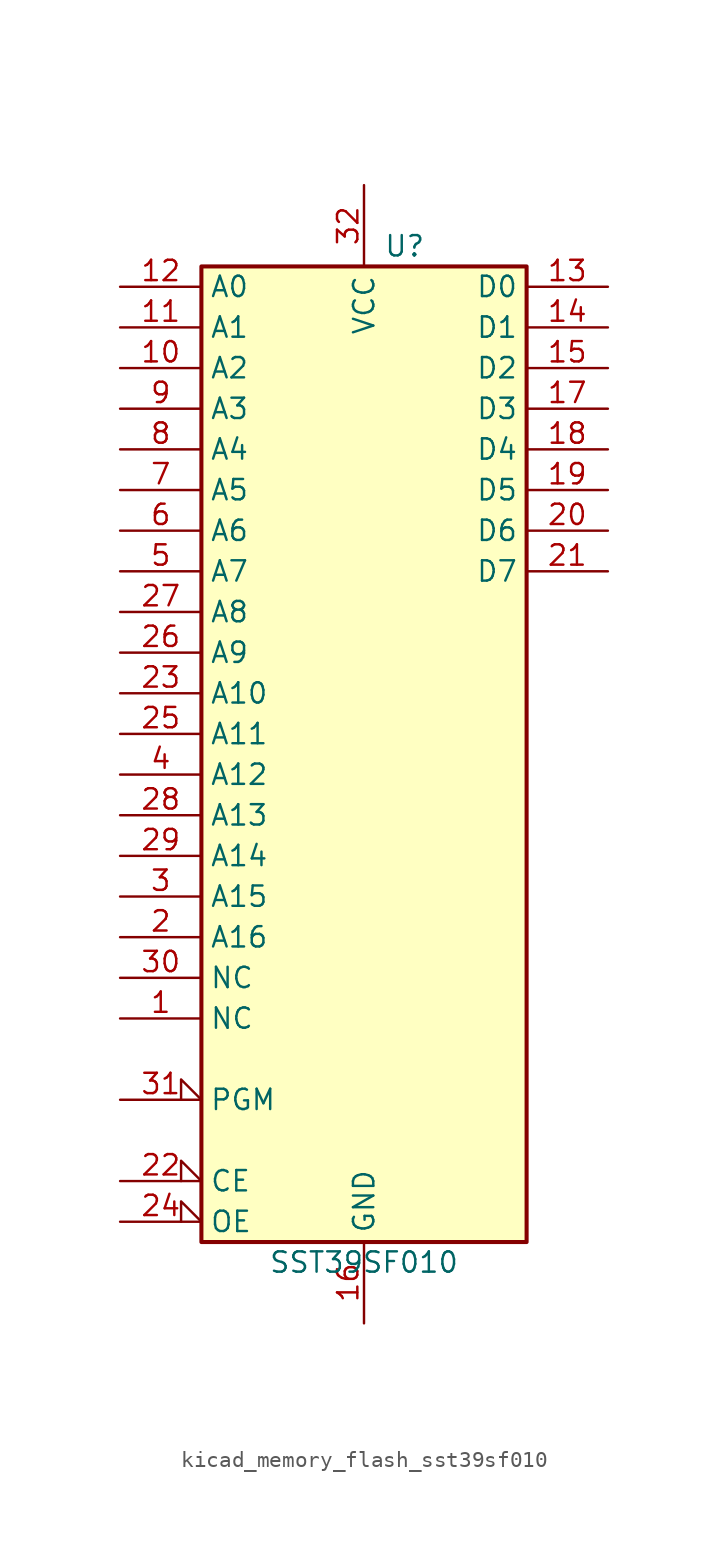
<source format=kicad_sym>
(kicad_symbol_lib
  (version 20220914)
  (generator kicad_symbol_editor)
  (symbol "kicad_memory_flash_sst39sf010"
    (property "Reference" "U"
      (at 2.54 33.02 0)
      (effects (font (size 1.27 1.27))))
    (property "Value" "SST39SF010"
      (at 0 -30.48 0)
      (effects (font (size 1.27 1.27))))
    (symbol "kicad_memory_flash_sst39sf010_0_0"
      (pin power_in line (at 0 -34.29 90) (length 5.08) (name "GND" (effects (font (size 1.27 1.27)))) (number "16" (effects (font (size 1.27 1.27)))))
      (pin power_in line (at 0 36.83 270) (length 5.08) (name "VCC" (effects (font (size 1.27 1.27)))) (number "32" (effects (font (size 1.27 1.27))))))
    (symbol "kicad_memory_flash_sst39sf010_0_1"
      (rectangle (start -10.16 31.75) (end 10.16 -29.21) (stroke (width 0.254) (type default)) (fill (type background))))
    (symbol "kicad_memory_flash_sst39sf010_1_1"
      (pin input line (at -15.24 -15.24 0) (length 5.08) (name "NC" (effects (font (size 1.27 1.27)))) (number "1" (effects (font (size 1.27 1.27)))))
      (pin input line (at -15.24 25.4 0) (length 5.08) (name "A2" (effects (font (size 1.27 1.27)))) (number "10" (effects (font (size 1.27 1.27)))))
      (pin input line (at -15.24 27.94 0) (length 5.08) (name "A1" (effects (font (size 1.27 1.27)))) (number "11" (effects (font (size 1.27 1.27)))))
      (pin input line (at -15.24 30.48 0) (length 5.08) (name "A0" (effects (font (size 1.27 1.27)))) (number "12" (effects (font (size 1.27 1.27)))))
      (pin tri_state line (at 15.24 30.48 180) (length 5.08) (name "D0" (effects (font (size 1.27 1.27)))) (number "13" (effects (font (size 1.27 1.27)))))
      (pin tri_state line (at 15.24 27.94 180) (length 5.08) (name "D1" (effects (font (size 1.27 1.27)))) (number "14" (effects (font (size 1.27 1.27)))))
      (pin tri_state line (at 15.24 25.4 180) (length 5.08) (name "D2" (effects (font (size 1.27 1.27)))) (number "15" (effects (font (size 1.27 1.27)))))
      (pin tri_state line (at 15.24 22.86 180) (length 5.08) (name "D3" (effects (font (size 1.27 1.27)))) (number "17" (effects (font (size 1.27 1.27)))))
      (pin tri_state line (at 15.24 20.32 180) (length 5.08) (name "D4" (effects (font (size 1.27 1.27)))) (number "18" (effects (font (size 1.27 1.27)))))
      (pin tri_state line (at 15.24 17.78 180) (length 5.08) (name "D5" (effects (font (size 1.27 1.27)))) (number "19" (effects (font (size 1.27 1.27)))))
      (pin input line (at -15.24 -10.16 0) (length 5.08) (name "A16" (effects (font (size 1.27 1.27)))) (number "2" (effects (font (size 1.27 1.27)))))
      (pin tri_state line (at 15.24 15.24 180) (length 5.08) (name "D6" (effects (font (size 1.27 1.27)))) (number "20" (effects (font (size 1.27 1.27)))))
      (pin tri_state line (at 15.24 12.7 180) (length 5.08) (name "D7" (effects (font (size 1.27 1.27)))) (number "21" (effects (font (size 1.27 1.27)))))
      (pin input input_low (at -15.24 -25.4 0) (length 5.08) (name "CE" (effects (font (size 1.27 1.27)))) (number "22" (effects (font (size 1.27 1.27)))))
      (pin input line (at -15.24 5.08 0) (length 5.08) (name "A10" (effects (font (size 1.27 1.27)))) (number "23" (effects (font (size 1.27 1.27)))))
      (pin input input_low (at -15.24 -27.94 0) (length 5.08) (name "OE" (effects (font (size 1.27 1.27)))) (number "24" (effects (font (size 1.27 1.27)))))
      (pin input line (at -15.24 2.54 0) (length 5.08) (name "A11" (effects (font (size 1.27 1.27)))) (number "25" (effects (font (size 1.27 1.27)))))
      (pin input line (at -15.24 7.62 0) (length 5.08) (name "A9" (effects (font (size 1.27 1.27)))) (number "26" (effects (font (size 1.27 1.27)))))
      (pin input line (at -15.24 10.16 0) (length 5.08) (name "A8" (effects (font (size 1.27 1.27)))) (number "27" (effects (font (size 1.27 1.27)))))
      (pin input line (at -15.24 -2.54 0) (length 5.08) (name "A13" (effects (font (size 1.27 1.27)))) (number "28" (effects (font (size 1.27 1.27)))))
      (pin input line (at -15.24 -5.08 0) (length 5.08) (name "A14" (effects (font (size 1.27 1.27)))) (number "29" (effects (font (size 1.27 1.27)))))
      (pin input line (at -15.24 -7.62 0) (length 5.08) (name "A15" (effects (font (size 1.27 1.27)))) (number "3" (effects (font (size 1.27 1.27)))))
      (pin input line (at -15.24 -12.7 0) (length 5.08) (name "NC" (effects (font (size 1.27 1.27)))) (number "30" (effects (font (size 1.27 1.27)))))
      (pin input input_low (at -15.24 -20.32 0) (length 5.08) (name "PGM" (effects (font (size 1.27 1.27)))) (number "31" (effects (font (size 1.27 1.27)))))
      (pin input line (at -15.24 0 0) (length 5.08) (name "A12" (effects (font (size 1.27 1.27)))) (number "4" (effects (font (size 1.27 1.27)))))
      (pin input line (at -15.24 12.7 0) (length 5.08) (name "A7" (effects (font (size 1.27 1.27)))) (number "5" (effects (font (size 1.27 1.27)))))
      (pin input line (at -15.24 15.24 0) (length 5.08) (name "A6" (effects (font (size 1.27 1.27)))) (number "6" (effects (font (size 1.27 1.27)))))
      (pin input line (at -15.24 17.78 0) (length 5.08) (name "A5" (effects (font (size 1.27 1.27)))) (number "7" (effects (font (size 1.27 1.27)))))
      (pin input line (at -15.24 20.32 0) (length 5.08) (name "A4" (effects (font (size 1.27 1.27)))) (number "8" (effects (font (size 1.27 1.27)))))
      (pin input line (at -15.24 22.86 0) (length 5.08) (name "A3" (effects (font (size 1.27 1.27)))) (number "9" (effects (font (size 1.27 1.27))))))))
</source>
